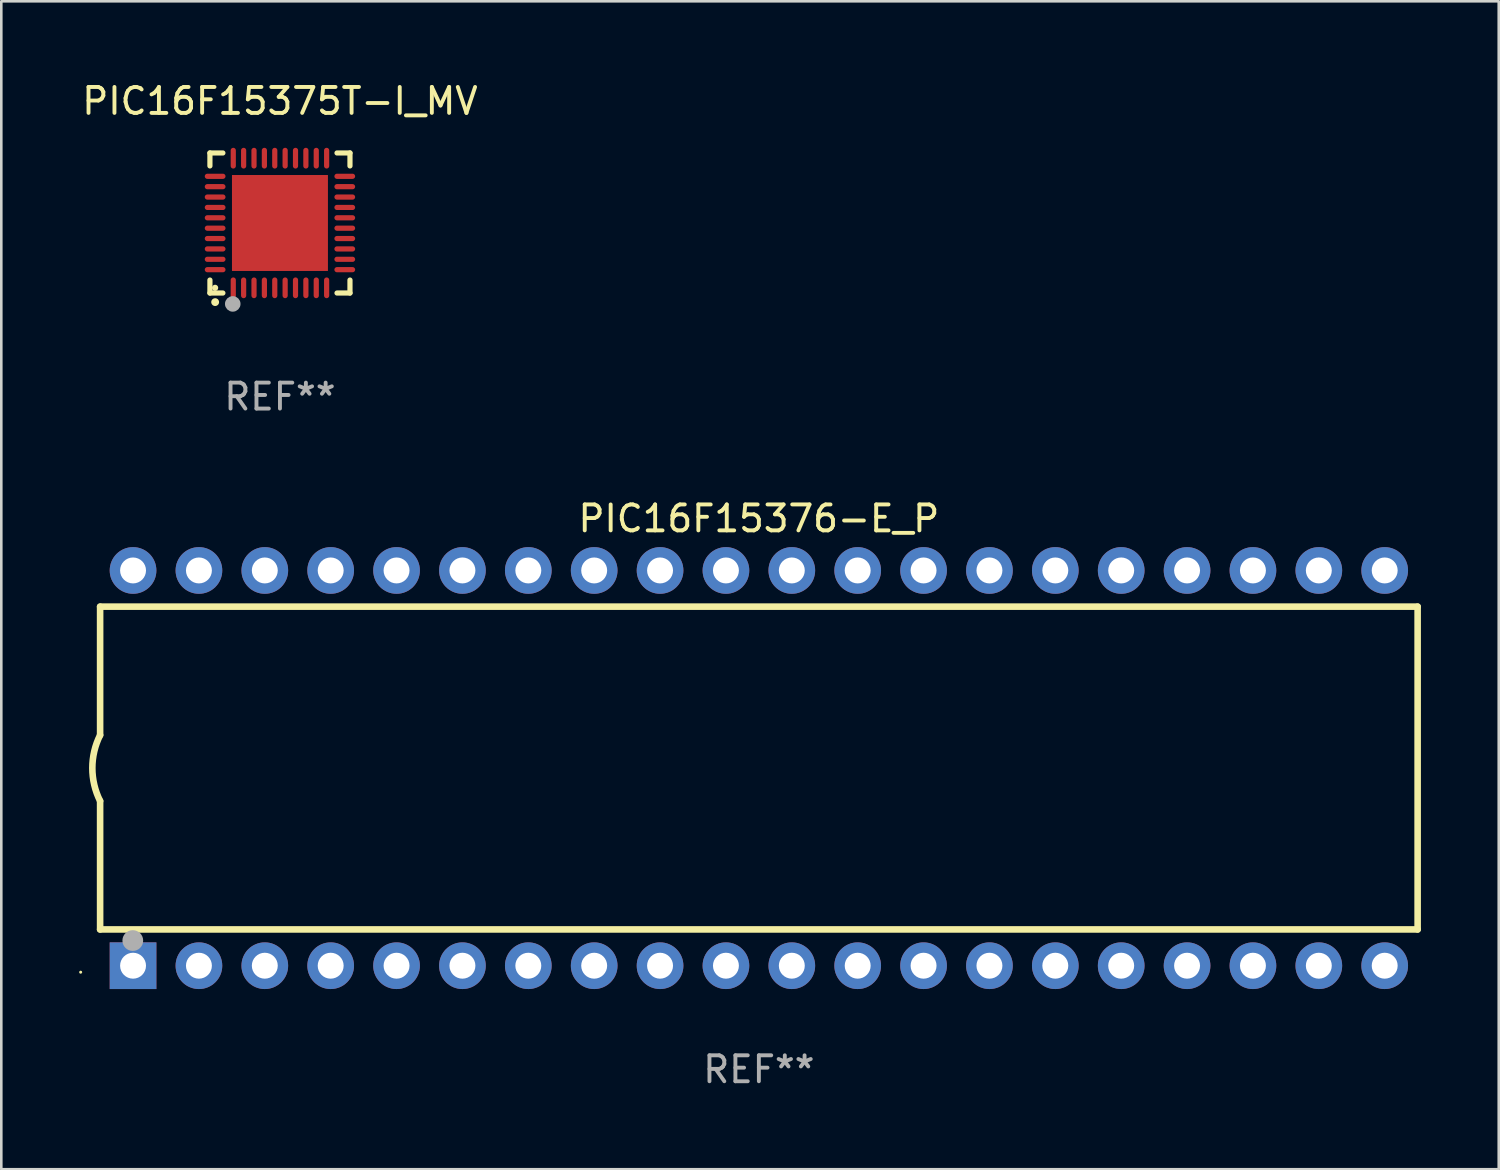
<source format=kicad_pcb>
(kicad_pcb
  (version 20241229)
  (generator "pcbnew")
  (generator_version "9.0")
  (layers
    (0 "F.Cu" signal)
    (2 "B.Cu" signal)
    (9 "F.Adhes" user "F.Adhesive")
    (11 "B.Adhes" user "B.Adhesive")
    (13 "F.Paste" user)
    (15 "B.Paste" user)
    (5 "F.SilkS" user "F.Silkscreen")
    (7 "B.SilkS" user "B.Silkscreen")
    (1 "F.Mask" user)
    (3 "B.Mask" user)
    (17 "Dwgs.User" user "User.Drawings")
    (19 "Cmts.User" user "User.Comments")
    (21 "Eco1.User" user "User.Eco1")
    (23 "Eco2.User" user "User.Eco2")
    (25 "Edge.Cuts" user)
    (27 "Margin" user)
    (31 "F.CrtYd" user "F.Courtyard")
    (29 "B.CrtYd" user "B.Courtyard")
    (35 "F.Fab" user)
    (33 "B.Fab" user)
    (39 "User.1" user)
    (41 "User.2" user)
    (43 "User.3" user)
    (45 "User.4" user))
  (footprint "PIC16F15375T-I_MV"
    (layer "F.Cu")
    (at 7.744 5.548)
    (property "Reference" "PIC16F15375T-I_MV" (at 0 -4.7 0) (layer "F.SilkS") (effects (font (size 1 1) (thickness 0.15))))
    (attr through_hole)
    (fp_line (start -2.7 -2.7) (end -2.7 -2.2) (stroke (width 0.2) (type solid)) (layer "F.SilkS"))
    (fp_line (start -2.7 2.7) (end -2.7 2.2) (stroke (width 0.2) (type solid)) (layer "F.SilkS"))
    (fp_line (start -2.2 -2.7) (end -2.7 -2.7) (stroke (width 0.2) (type solid)) (layer "F.SilkS"))
    (fp_line (start -2.2 2.7) (end -2.7 2.7) (stroke (width 0.2) (type solid)) (layer "F.SilkS"))
    (fp_line (start 2.7 -2.7) (end 2.2 -2.7) (stroke (width 0.2) (type solid)) (layer "F.SilkS"))
    (fp_line (start 2.7 -2.2) (end 2.7 -2.7) (stroke (width 0.2) (type solid)) (layer "F.SilkS"))
    (fp_line (start 2.7 2.2) (end 2.7 2.7) (stroke (width 0.2) (type solid)) (layer "F.SilkS"))
    (fp_line (start 2.7 2.7) (end 2.2 2.7) (stroke (width 0.2) (type solid)) (layer "F.SilkS"))
    (fp_arc (start -2.499365 3.050546) (mid -2.498095 3.050541) (end -2.496825 3.050546) (stroke (width 0.3) (type solid)) (layer "F.SilkS"))
    (fp_circle (center -2.5 2.5) (end -2.44 2.5) (stroke (width 0.12) (type solid)) (fill no) (layer "F.SilkS"))
    (fp_circle (center -1.82 3.12) (end -1.67 3.12) (stroke (width 0.3) (type solid)) (fill no) (layer "F.Fab"))
    (fp_text user "REF**" (at 0 6.7 0) (layer "F.Fab") (effects (font (size 1 1) (thickness 0.15))))
    (pad "1" smd oval (at -1.8 2.499) (size 0.2 0.8) (layers "F.Cu" "F.Mask" "F.Paste"))
    (pad "2" smd oval (at -1.4 2.499) (size 0.2 0.8) (layers "F.Cu" "F.Mask" "F.Paste"))
    (pad "3" smd oval (at -1 2.499) (size 0.2 0.8) (layers "F.Cu" "F.Mask" "F.Paste"))
    (pad "4" smd oval (at -0.6 2.499) (size 0.2 0.8) (layers "F.Cu" "F.Mask" "F.Paste"))
    (pad "5" smd oval (at -0.2 2.499) (size 0.2 0.8) (layers "F.Cu" "F.Mask" "F.Paste"))
    (pad "6" smd oval (at 0.2 2.499) (size 0.2 0.8) (layers "F.Cu" "F.Mask" "F.Paste"))
    (pad "7" smd oval (at 0.6 2.499) (size 0.2 0.8) (layers "F.Cu" "F.Mask" "F.Paste"))
    (pad "8" smd oval (at 1 2.499) (size 0.2 0.8) (layers "F.Cu" "F.Mask" "F.Paste"))
    (pad "9" smd oval (at 1.4 2.499) (size 0.2 0.8) (layers "F.Cu" "F.Mask" "F.Paste"))
    (pad "10" smd oval (at 1.8 2.499) (size 0.2 0.8) (layers "F.Cu" "F.Mask" "F.Paste"))
    (pad "11" smd oval (at 2.499 1.8) (size 0.8 0.2) (layers "F.Cu" "F.Mask" "F.Paste"))
    (pad "12" smd oval (at 2.499 1.4) (size 0.8 0.2) (layers "F.Cu" "F.Mask" "F.Paste"))
    (pad "13" smd oval (at 2.499 1) (size 0.8 0.2) (layers "F.Cu" "F.Mask" "F.Paste"))
    (pad "14" smd oval (at 2.499 0.6) (size 0.8 0.2) (layers "F.Cu" "F.Mask" "F.Paste"))
    (pad "15" smd oval (at 2.499 0.2) (size 0.8 0.2) (layers "F.Cu" "F.Mask" "F.Paste"))
    (pad "16" smd oval (at 2.499 -0.2) (size 0.8 0.2) (layers "F.Cu" "F.Mask" "F.Paste"))
    (pad "17" smd oval (at 2.499 -0.6) (size 0.8 0.2) (layers "F.Cu" "F.Mask" "F.Paste"))
    (pad "18" smd oval (at 2.499 -1) (size 0.8 0.2) (layers "F.Cu" "F.Mask" "F.Paste"))
    (pad "19" smd oval (at 2.499 -1.4) (size 0.8 0.2) (layers "F.Cu" "F.Mask" "F.Paste"))
    (pad "20" smd oval (at 2.499 -1.8) (size 0.8 0.2) (layers "F.Cu" "F.Mask" "F.Paste"))
    (pad "21" smd oval (at 1.8 -2.499) (size 0.2 0.8) (layers "F.Cu" "F.Mask" "F.Paste"))
    (pad "22" smd oval (at 1.4 -2.499) (size 0.2 0.8) (layers "F.Cu" "F.Mask" "F.Paste"))
    (pad "23" smd oval (at 1 -2.499) (size 0.2 0.8) (layers "F.Cu" "F.Mask" "F.Paste"))
    (pad "24" smd oval (at 0.6 -2.499) (size 0.2 0.8) (layers "F.Cu" "F.Mask" "F.Paste"))
    (pad "25" smd oval (at 0.2 -2.499) (size 0.2 0.8) (layers "F.Cu" "F.Mask" "F.Paste"))
    (pad "26" smd oval (at -0.2 -2.499) (size 0.2 0.8) (layers "F.Cu" "F.Mask" "F.Paste"))
    (pad "27" smd oval (at -0.6 -2.499) (size 0.2 0.8) (layers "F.Cu" "F.Mask" "F.Paste"))
    (pad "28" smd oval (at -1 -2.499) (size 0.2 0.8) (layers "F.Cu" "F.Mask" "F.Paste"))
    (pad "29" smd oval (at -1.4 -2.499) (size 0.2 0.8) (layers "F.Cu" "F.Mask" "F.Paste"))
    (pad "30" smd oval (at -1.8 -2.499) (size 0.2 0.8) (layers "F.Cu" "F.Mask" "F.Paste"))
    (pad "31" smd oval (at -2.499 -1.8) (size 0.8 0.2) (layers "F.Cu" "F.Mask" "F.Paste"))
    (pad "32" smd oval (at -2.499 -1.4) (size 0.8 0.2) (layers "F.Cu" "F.Mask" "F.Paste"))
    (pad "33" smd oval (at -2.499 -1) (size 0.8 0.2) (layers "F.Cu" "F.Mask" "F.Paste"))
    (pad "34" smd oval (at -2.499 -0.6) (size 0.8 0.2) (layers "F.Cu" "F.Mask" "F.Paste"))
    (pad "35" smd oval (at -2.499 -0.2) (size 0.8 0.2) (layers "F.Cu" "F.Mask" "F.Paste"))
    (pad "36" smd oval (at -2.499 0.2) (size 0.8 0.2) (layers "F.Cu" "F.Mask" "F.Paste"))
    (pad "37" smd oval (at -2.499 0.6) (size 0.8 0.2) (layers "F.Cu" "F.Mask" "F.Paste"))
    (pad "38" smd oval (at -2.499 1) (size 0.8 0.2) (layers "F.Cu" "F.Mask" "F.Paste"))
    (pad "39" smd oval (at -2.499 1.4) (size 0.8 0.2) (layers "F.Cu" "F.Mask" "F.Paste"))
    (pad "40" smd oval (at -2.499 1.8) (size 0.8 0.2) (layers "F.Cu" "F.Mask" "F.Paste"))
    (pad "41" smd rect (at 0 0) (size 3.7 3.7) (layers "F.Cu" "F.Mask" "F.Paste")))
  (footprint "PIC16F15376-E_P"
    (layer "F.Cu")
    (at 26.21 26.565)
    (property "Reference" "PIC16F15376-E_P" (at 0 -9.62 0) (layer "F.SilkS") (effects (font (size 1 1) (thickness 0.15))))
    (attr through_hole)
    (fp_line (start -25.4 -6.224) (end -25.4 -1.271) (stroke (width 0.254) (type solid)) (layer "F.SilkS"))
    (fp_line (start -25.4 -6.224) (end 25.4 -6.224) (stroke (width 0.254) (type solid)) (layer "F.SilkS"))
    (fp_line (start -25.4 1.269) (end -25.4 6.222) (stroke (width 0.254) (type solid)) (layer "F.SilkS"))
    (fp_line (start -25.4 6.222) (end 25.4 6.222) (stroke (width 0.254) (type solid)) (layer "F.SilkS"))
    (fp_line (start 25.4 6.222) (end 25.4 -6.224) (stroke (width 0.254) (type solid)) (layer "F.SilkS"))
    (fp_arc (start -25.4 1.269241) (mid -25.699807 -0.000762) (end -25.4 -1.270765) (stroke (width 0.254001) (type solid)) (layer "F.SilkS"))
    (fp_circle (center -26.15 7.87) (end -26.12 7.87) (stroke (width 0.06) (type solid)) (fill no) (layer "F.SilkS"))
    (fp_circle (center -24.14 6.65) (end -23.94 6.65) (stroke (width 0.4) (type solid)) (fill no) (layer "F.Fab"))
    (fp_text user "REF**" (at 0 11.62 0) (layer "F.Fab") (effects (font (size 1 1) (thickness 0.15))))
    (pad "1" thru_hole rect (at -24.13 7.62 90) (size 1.8 1.8) (drill 1) (layers "*.Cu" "*.Mask"))
    (pad "2" thru_hole circle (at -21.59 7.62) (size 1.8 1.8) (drill 1) (layers "*.Cu" "*.Mask"))
    (pad "3" thru_hole circle (at -19.05 7.62) (size 1.8 1.8) (drill 1) (layers "*.Cu" "*.Mask"))
    (pad "4" thru_hole circle (at -16.51 7.62) (size 1.8 1.8) (drill 1) (layers "*.Cu" "*.Mask"))
    (pad "5" thru_hole circle (at -13.97 7.62) (size 1.8 1.8) (drill 1) (layers "*.Cu" "*.Mask"))
    (pad "6" thru_hole circle (at -11.43 7.62) (size 1.8 1.8) (drill 1) (layers "*.Cu" "*.Mask"))
    (pad "7" thru_hole circle (at -8.89 7.62) (size 1.8 1.8) (drill 1) (layers "*.Cu" "*.Mask"))
    (pad "8" thru_hole circle (at -6.35 7.62) (size 1.8 1.8) (drill 1) (layers "*.Cu" "*.Mask"))
    (pad "9" thru_hole circle (at -3.81 7.62) (size 1.8 1.8) (drill 1) (layers "*.Cu" "*.Mask"))
    (pad "10" thru_hole circle (at -1.27 7.62) (size 1.8 1.8) (drill 1) (layers "*.Cu" "*.Mask"))
    (pad "11" thru_hole circle (at 1.27 7.62) (size 1.8 1.8) (drill 1) (layers "*.Cu" "*.Mask"))
    (pad "12" thru_hole circle (at 3.81 7.62) (size 1.8 1.8) (drill 1) (layers "*.Cu" "*.Mask"))
    (pad "13" thru_hole circle (at 6.35 7.62) (size 1.8 1.8) (drill 1) (layers "*.Cu" "*.Mask"))
    (pad "14" thru_hole circle (at 8.89 7.62) (size 1.8 1.8) (drill 1) (layers "*.Cu" "*.Mask"))
    (pad "15" thru_hole circle (at 11.43 7.62) (size 1.8 1.8) (drill 1) (layers "*.Cu" "*.Mask"))
    (pad "16" thru_hole circle (at 13.97 7.62) (size 1.8 1.8) (drill 1) (layers "*.Cu" "*.Mask"))
    (pad "17" thru_hole circle (at 16.51 7.62) (size 1.8 1.8) (drill 1) (layers "*.Cu" "*.Mask"))
    (pad "18" thru_hole circle (at 19.05 7.62) (size 1.8 1.8) (drill 1) (layers "*.Cu" "*.Mask"))
    (pad "19" thru_hole circle (at 21.59 7.62) (size 1.8 1.8) (drill 1) (layers "*.Cu" "*.Mask"))
    (pad "20" thru_hole circle (at 24.13 7.62) (size 1.8 1.8) (drill 1) (layers "*.Cu" "*.Mask"))
    (pad "21" thru_hole circle (at 24.13 -7.62) (size 1.8 1.8) (drill 1) (layers "*.Cu" "*.Mask"))
    (pad "22" thru_hole circle (at 21.59 -7.62) (size 1.8 1.8) (drill 1) (layers "*.Cu" "*.Mask"))
    (pad "23" thru_hole circle (at 19.05 -7.62) (size 1.8 1.8) (drill 1) (layers "*.Cu" "*.Mask"))
    (pad "24" thru_hole circle (at 16.51 -7.62) (size 1.8 1.8) (drill 1) (layers "*.Cu" "*.Mask"))
    (pad "25" thru_hole circle (at 13.97 -7.62) (size 1.8 1.8) (drill 1) (layers "*.Cu" "*.Mask"))
    (pad "26" thru_hole circle (at 11.43 -7.62) (size 1.8 1.8) (drill 1) (layers "*.Cu" "*.Mask"))
    (pad "27" thru_hole circle (at 8.89 -7.62) (size 1.8 1.8) (drill 1) (layers "*.Cu" "*.Mask"))
    (pad "28" thru_hole circle (at 6.35 -7.62) (size 1.8 1.8) (drill 1) (layers "*.Cu" "*.Mask"))
    (pad "29" thru_hole circle (at 3.81 -7.62) (size 1.8 1.8) (drill 1) (layers "*.Cu" "*.Mask"))
    (pad "30" thru_hole circle (at 1.27 -7.62) (size 1.8 1.8) (drill 1) (layers "*.Cu" "*.Mask"))
    (pad "31" thru_hole circle (at -1.27 -7.62) (size 1.8 1.8) (drill 1) (layers "*.Cu" "*.Mask"))
    (pad "32" thru_hole circle (at -3.81 -7.62) (size 1.8 1.8) (drill 1) (layers "*.Cu" "*.Mask"))
    (pad "33" thru_hole circle (at -6.35 -7.62) (size 1.8 1.8) (drill 1) (layers "*.Cu" "*.Mask"))
    (pad "34" thru_hole circle (at -8.89 -7.62) (size 1.8 1.8) (drill 1) (layers "*.Cu" "*.Mask"))
    (pad "35" thru_hole circle (at -11.43 -7.62) (size 1.8 1.8) (drill 1) (layers "*.Cu" "*.Mask"))
    (pad "36" thru_hole circle (at -13.97 -7.62) (size 1.8 1.8) (drill 1) (layers "*.Cu" "*.Mask"))
    (pad "37" thru_hole circle (at -16.51 -7.62) (size 1.8 1.8) (drill 1) (layers "*.Cu" "*.Mask"))
    (pad "38" thru_hole circle (at -19.05 -7.62) (size 1.8 1.8) (drill 1) (layers "*.Cu" "*.Mask"))
    (pad "39" thru_hole circle (at -21.59 -7.62) (size 1.8 1.8) (drill 1) (layers "*.Cu" "*.Mask"))
    (pad "40" thru_hole circle (at -24.13 -7.62) (size 1.8 1.8) (drill 1) (layers "*.Cu" "*.Mask")))
  (gr_rect
    (start -3 -3)
    (end 54.737 42.033)
    (stroke (width 0.1) (type default))
    (fill no)
    (layer "Edge.Cuts")))
</source>
